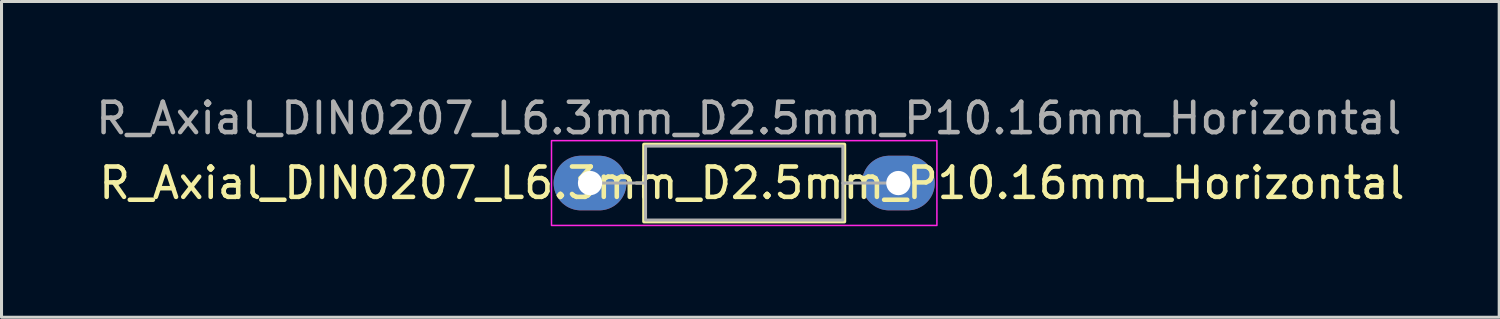
<source format=kicad_pcb>
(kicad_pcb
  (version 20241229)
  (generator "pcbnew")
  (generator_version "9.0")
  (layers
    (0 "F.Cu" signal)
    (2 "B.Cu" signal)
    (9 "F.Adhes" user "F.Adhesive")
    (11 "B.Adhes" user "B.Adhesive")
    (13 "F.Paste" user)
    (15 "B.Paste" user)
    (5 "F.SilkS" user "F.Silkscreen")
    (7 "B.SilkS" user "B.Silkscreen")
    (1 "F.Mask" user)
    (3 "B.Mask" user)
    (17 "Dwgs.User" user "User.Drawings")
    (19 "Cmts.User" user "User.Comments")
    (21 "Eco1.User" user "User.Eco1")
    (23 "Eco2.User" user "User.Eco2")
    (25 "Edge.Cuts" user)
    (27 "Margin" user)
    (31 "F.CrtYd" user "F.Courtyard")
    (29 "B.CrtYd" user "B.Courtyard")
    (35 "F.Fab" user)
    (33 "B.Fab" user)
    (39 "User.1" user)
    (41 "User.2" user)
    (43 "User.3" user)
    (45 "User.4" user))
  (footprint "R_Axial_DIN0207_L6.3mm_D2.5mm_P10.16mm_Horizontal"
    (layer "F.Cu")
    (at 16.393 2.982)
    (property "Reference" "R_Axial_DIN0207_L6.3mm_D2.5mm_P10.16mm_Horizontal" (at 5.334 0 0) (unlocked yes) (layer "F.SilkS") (effects (font (size 1 1) (thickness 0.15))))
    (attr through_hole)
    (fp_line (start 1.778 0) (end 1.524 0) (stroke (width 0.1) (type default)) (layer "F.SilkS"))
    (fp_line (start 8.382 0) (end 8.636 0) (stroke (width 0.1) (type default)) (layer "F.SilkS"))
    (fp_rect (start 1.778 -1.27) (end 8.382 1.27) (stroke (width 0.12) (type default)) (fill no) (layer "F.SilkS"))
    (fp_rect (start -1.27 -1.397) (end 11.43 1.397) (stroke (width 0.05) (type default)) (fill no) (layer "F.CrtYd"))
    (fp_line (start 1.829 0) (end 0.254 0) (stroke (width 0.1) (type default)) (layer "F.Fab"))
    (fp_rect (start 1.829 -1.219) (end 8.331 1.219) (stroke (width 0.1) (type default)) (fill no) (layer "F.Fab"))
    (fp_rect (start 8.331 0) (end 9.957 0) (stroke (width 0.1) (type default)) (fill no) (layer "F.Fab"))
    (fp_text user "${REFERENCE}" (at 5.232 -2.134 0) (unlocked yes) (layer "F.Fab") (effects (font (size 1 1) (thickness 0.15))))
    (pad "1" thru_hole oval (at 0 0) (size 2.4 1.8) (drill 0.8) (layers "*.Cu" "*.Mask"))
    (pad "2" thru_hole oval (at 10.16 0) (size 2.4 1.8) (drill 0.8) (layers "*.Cu" "*.Mask")))
  (gr_rect
    (start -3 -3)
    (end 46.352 7.404)
    (stroke (width 0.1) (type default))
    (fill no)
    (layer "Edge.Cuts")))
</source>
